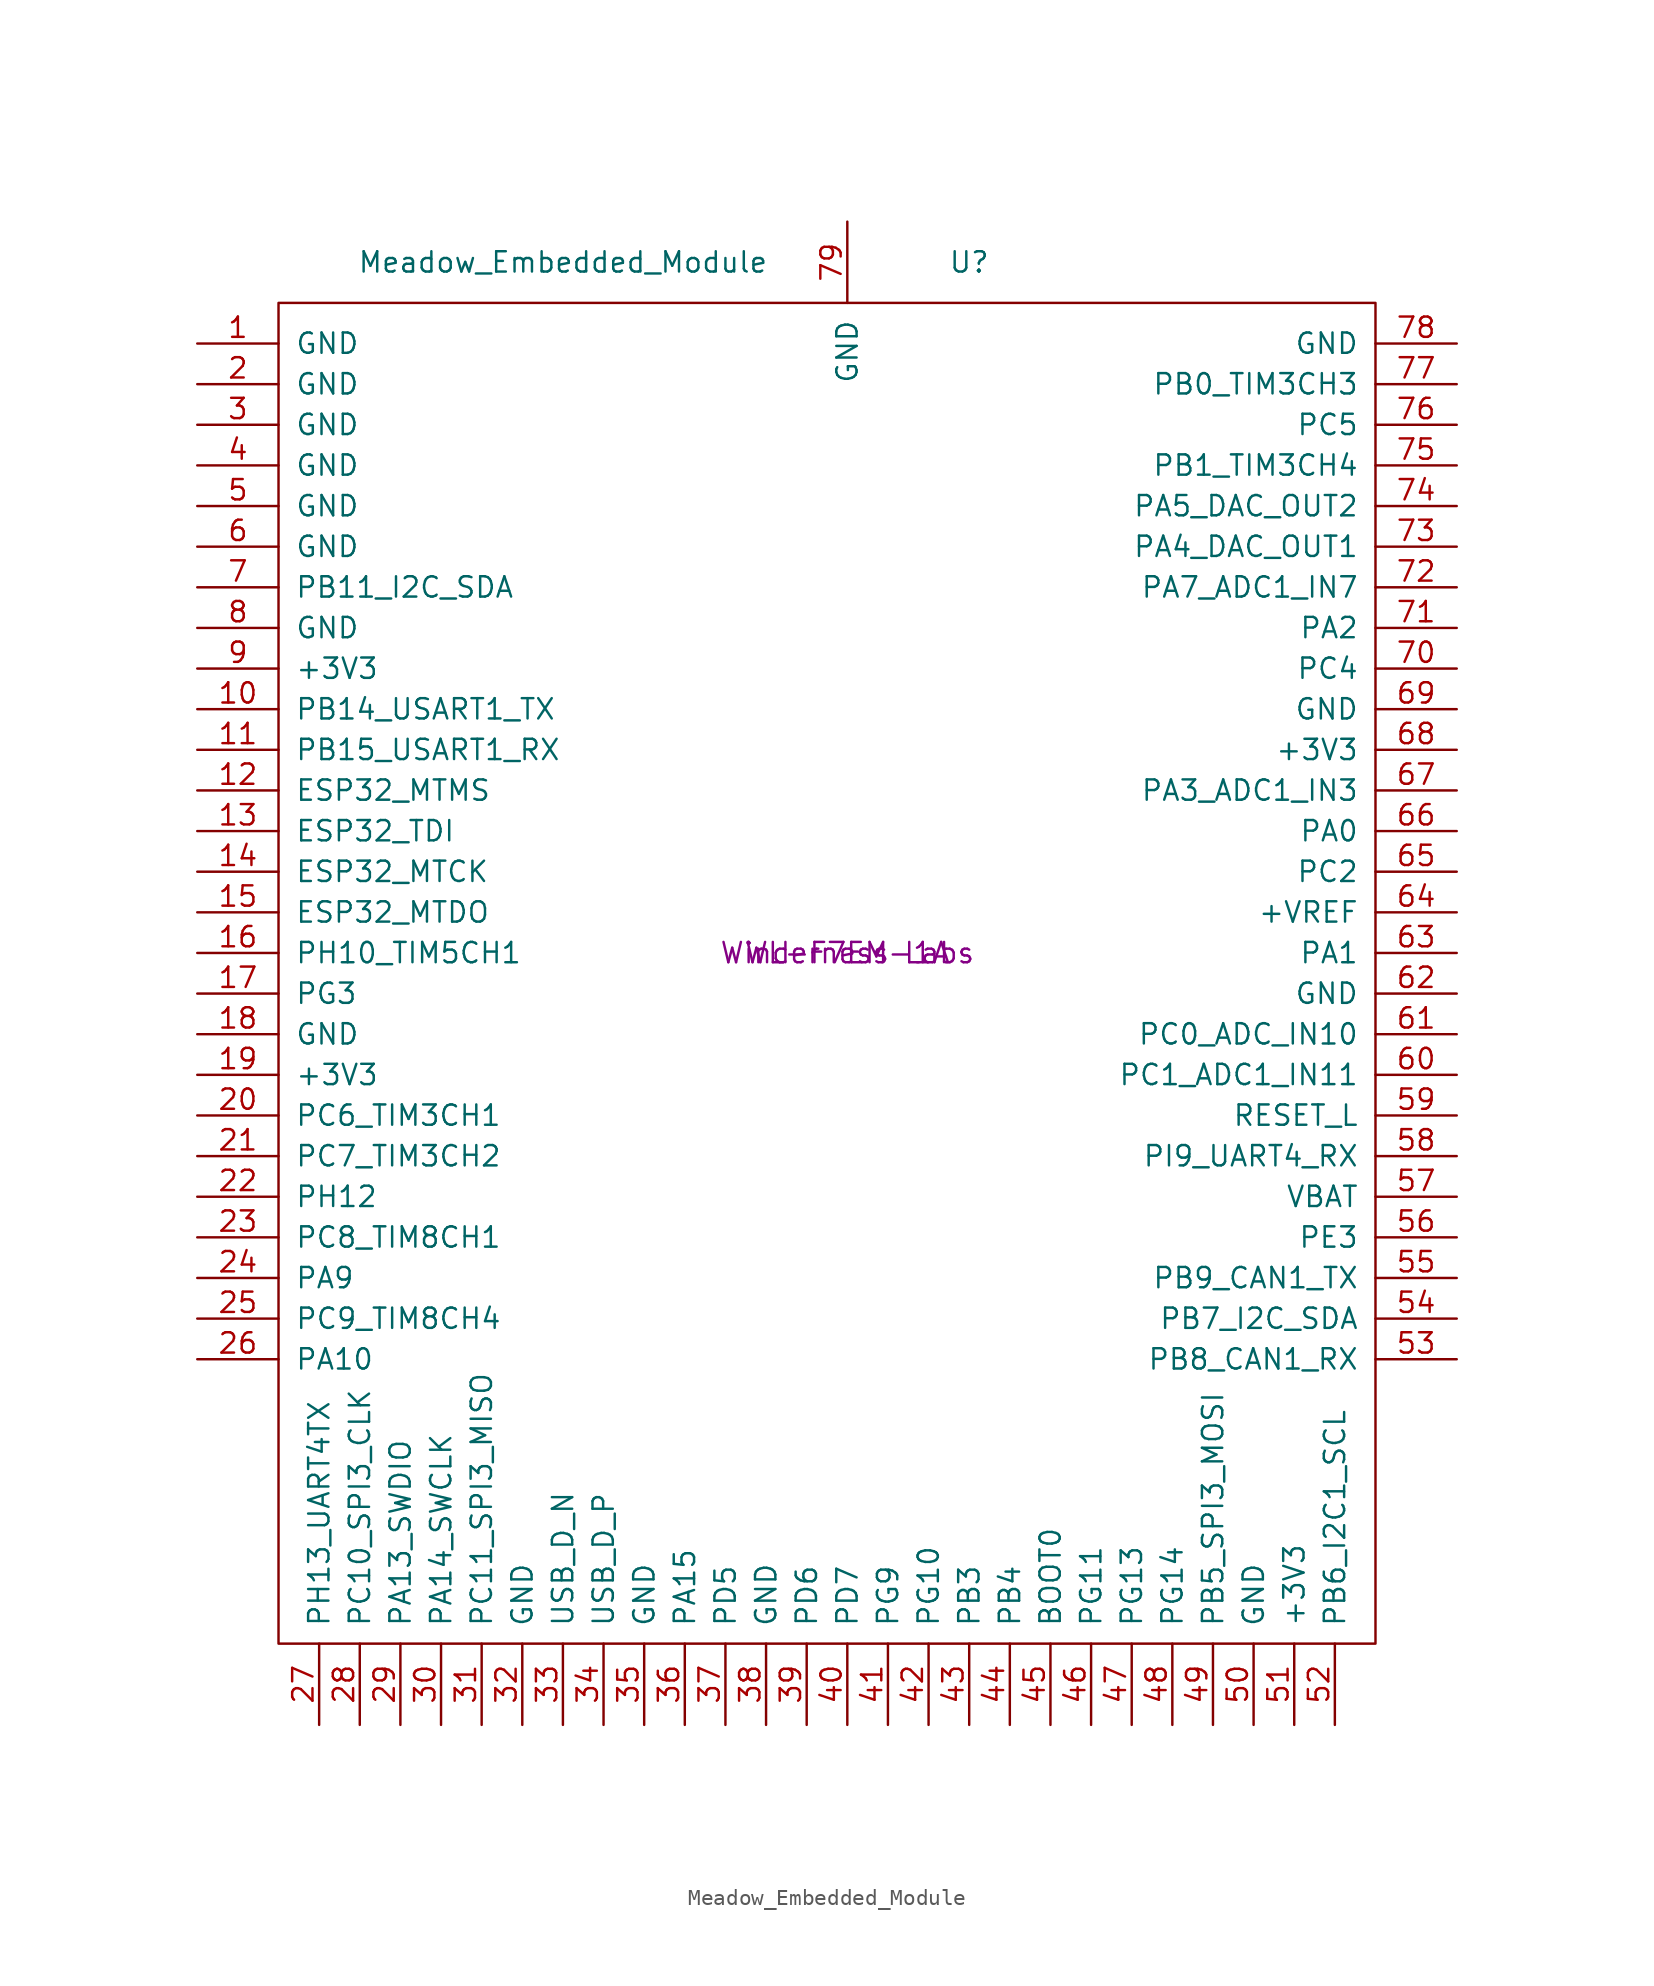
<source format=kicad_sym>
(kicad_symbol_lib
  (version 20211014)
  (generator kicad_symbol_editor)
  (symbol "Meadow_Embedded_Module"
    (pin_names
      (offset 1.016))
    (property "Reference" "U"
      (at 7.62 43.18 0)
      (effects (font (size 1.27 1.27))))
    (property "Value" "Meadow_Embedded_Module"
      (at -17.78 43.18 0)
      (effects (font (size 1.27 1.27))))
    (property "MF" "Winderness Labs"
      (at 0 0 0)
      (effects (font (size 1.27 1.27))))
    (property "PN" "WL-F7EM-1A"
      (at 0 0 0)
      (effects (font (size 1.27 1.27))))
    (symbol "Meadow_Embedded_Module_0_1"
      (rectangle (start -35.56 40.64) (end 33.02 -43.18) (stroke (width 0) (type default) (color 0 0 0 0)) (fill (type none))))
    (symbol "Meadow_Embedded_Module_1_1"
      (pin power_in line (at -40.64 38.1 0) (length 5.08) (name "GND" (effects (font (size 1.27 1.27)))) (number "1" (effects (font (size 1.27 1.27)))))
      (pin bidirectional line (at -40.64 15.24 0) (length 5.08) (name "PB14_USART1_TX" (effects (font (size 1.27 1.27)))) (number "10" (effects (font (size 1.27 1.27)))))
      (pin bidirectional line (at -40.64 12.7 0) (length 5.08) (name "PB15_USART1_RX" (effects (font (size 1.27 1.27)))) (number "11" (effects (font (size 1.27 1.27)))))
      (pin input line (at -40.64 10.16 0) (length 5.08) (name "ESP32_MTMS" (effects (font (size 1.27 1.27)))) (number "12" (effects (font (size 1.27 1.27)))))
      (pin input line (at -40.64 7.62 0) (length 5.08) (name "ESP32_TDI" (effects (font (size 1.27 1.27)))) (number "13" (effects (font (size 1.27 1.27)))))
      (pin input line (at -40.64 5.08 0) (length 5.08) (name "ESP32_MTCK" (effects (font (size 1.27 1.27)))) (number "14" (effects (font (size 1.27 1.27)))))
      (pin output line (at -40.64 2.54 0) (length 5.08) (name "ESP32_MTDO" (effects (font (size 1.27 1.27)))) (number "15" (effects (font (size 1.27 1.27)))))
      (pin bidirectional line (at -40.64 0 0) (length 5.08) (name "PH10_TIM5CH1" (effects (font (size 1.27 1.27)))) (number "16" (effects (font (size 1.27 1.27)))))
      (pin bidirectional line (at -40.64 -2.54 0) (length 5.08) (name "PG3" (effects (font (size 1.27 1.27)))) (number "17" (effects (font (size 1.27 1.27)))))
      (pin power_in line (at -40.64 -5.08 0) (length 5.08) (name "GND" (effects (font (size 1.27 1.27)))) (number "18" (effects (font (size 1.27 1.27)))))
      (pin power_in line (at -40.64 -7.62 0) (length 5.08) (name "+3V3" (effects (font (size 1.27 1.27)))) (number "19" (effects (font (size 1.27 1.27)))))
      (pin power_in line (at -40.64 35.56 0) (length 5.08) (name "GND" (effects (font (size 1.27 1.27)))) (number "2" (effects (font (size 1.27 1.27)))))
      (pin bidirectional line (at -40.64 -10.16 0) (length 5.08) (name "PC6_TIM3CH1" (effects (font (size 1.27 1.27)))) (number "20" (effects (font (size 1.27 1.27)))))
      (pin bidirectional line (at -40.64 -12.7 0) (length 5.08) (name "PC7_TIM3CH2" (effects (font (size 1.27 1.27)))) (number "21" (effects (font (size 1.27 1.27)))))
      (pin bidirectional line (at -40.64 -15.24 0) (length 5.08) (name "PH12" (effects (font (size 1.27 1.27)))) (number "22" (effects (font (size 1.27 1.27)))))
      (pin bidirectional line (at -40.64 -17.78 0) (length 5.08) (name "PC8_TIM8CH1" (effects (font (size 1.27 1.27)))) (number "23" (effects (font (size 1.27 1.27)))))
      (pin bidirectional line (at -40.64 -20.32 0) (length 5.08) (name "PA9" (effects (font (size 1.27 1.27)))) (number "24" (effects (font (size 1.27 1.27)))))
      (pin bidirectional line (at -40.64 -22.86 0) (length 5.08) (name "PC9_TIM8CH4" (effects (font (size 1.27 1.27)))) (number "25" (effects (font (size 1.27 1.27)))))
      (pin bidirectional line (at -40.64 -25.4 0) (length 5.08) (name "PA10" (effects (font (size 1.27 1.27)))) (number "26" (effects (font (size 1.27 1.27)))))
      (pin bidirectional line (at -33.02 -48.26 90) (length 5.08) (name "PH13_UART4TX" (effects (font (size 1.27 1.27)))) (number "27" (effects (font (size 1.27 1.27)))))
      (pin bidirectional line (at -30.48 -48.26 90) (length 5.08) (name "PC10_SPI3_CLK" (effects (font (size 1.27 1.27)))) (number "28" (effects (font (size 1.27 1.27)))))
      (pin bidirectional line (at -27.94 -48.26 90) (length 5.08) (name "PA13_SWDIO" (effects (font (size 1.27 1.27)))) (number "29" (effects (font (size 1.27 1.27)))))
      (pin input line (at -40.64 33.02 0) (length 5.08) (name "GND" (effects (font (size 1.27 1.27)))) (number "3" (effects (font (size 1.27 1.27)))))
      (pin bidirectional line (at -25.4 -48.26 90) (length 5.08) (name "PA14_SWCLK" (effects (font (size 1.27 1.27)))) (number "30" (effects (font (size 1.27 1.27)))))
      (pin bidirectional line (at -22.86 -48.26 90) (length 5.08) (name "PC11_SPI3_MISO" (effects (font (size 1.27 1.27)))) (number "31" (effects (font (size 1.27 1.27)))))
      (pin power_in line (at -20.32 -48.26 90) (length 5.08) (name "GND" (effects (font (size 1.27 1.27)))) (number "32" (effects (font (size 1.27 1.27)))))
      (pin bidirectional line (at -17.78 -48.26 90) (length 5.08) (name "USB_D_N" (effects (font (size 1.27 1.27)))) (number "33" (effects (font (size 1.27 1.27)))))
      (pin bidirectional line (at -15.24 -48.26 90) (length 5.08) (name "USB_D_P" (effects (font (size 1.27 1.27)))) (number "34" (effects (font (size 1.27 1.27)))))
      (pin power_in line (at -12.7 -48.26 90) (length 5.08) (name "GND" (effects (font (size 1.27 1.27)))) (number "35" (effects (font (size 1.27 1.27)))))
      (pin bidirectional line (at -10.16 -48.26 90) (length 5.08) (name "PA15" (effects (font (size 1.27 1.27)))) (number "36" (effects (font (size 1.27 1.27)))))
      (pin bidirectional line (at -7.62 -48.26 90) (length 5.08) (name "PD5" (effects (font (size 1.27 1.27)))) (number "37" (effects (font (size 1.27 1.27)))))
      (pin bidirectional line (at -5.08 -48.26 90) (length 5.08) (name "GND" (effects (font (size 1.27 1.27)))) (number "38" (effects (font (size 1.27 1.27)))))
      (pin bidirectional line (at -2.54 -48.26 90) (length 5.08) (name "PD6" (effects (font (size 1.27 1.27)))) (number "39" (effects (font (size 1.27 1.27)))))
      (pin input line (at -40.64 30.48 0) (length 5.08) (name "GND" (effects (font (size 1.27 1.27)))) (number "4" (effects (font (size 1.27 1.27)))))
      (pin bidirectional line (at 0 -48.26 90) (length 5.08) (name "PD7" (effects (font (size 1.27 1.27)))) (number "40" (effects (font (size 1.27 1.27)))))
      (pin bidirectional line (at 2.54 -48.26 90) (length 5.08) (name "PG9" (effects (font (size 1.27 1.27)))) (number "41" (effects (font (size 1.27 1.27)))))
      (pin bidirectional line (at 5.08 -48.26 90) (length 5.08) (name "PG10" (effects (font (size 1.27 1.27)))) (number "42" (effects (font (size 1.27 1.27)))))
      (pin bidirectional line (at 7.62 -48.26 90) (length 5.08) (name "PB3" (effects (font (size 1.27 1.27)))) (number "43" (effects (font (size 1.27 1.27)))))
      (pin bidirectional line (at 10.16 -48.26 90) (length 5.08) (name "PB4" (effects (font (size 1.27 1.27)))) (number "44" (effects (font (size 1.27 1.27)))))
      (pin bidirectional line (at 12.7 -48.26 90) (length 5.08) (name "BOOT0" (effects (font (size 1.27 1.27)))) (number "45" (effects (font (size 1.27 1.27)))))
      (pin bidirectional line (at 15.24 -48.26 90) (length 5.08) (name "PG11" (effects (font (size 1.27 1.27)))) (number "46" (effects (font (size 1.27 1.27)))))
      (pin bidirectional line (at 17.78 -48.26 90) (length 5.08) (name "PG13" (effects (font (size 1.27 1.27)))) (number "47" (effects (font (size 1.27 1.27)))))
      (pin bidirectional line (at 20.32 -48.26 90) (length 5.08) (name "PG14" (effects (font (size 1.27 1.27)))) (number "48" (effects (font (size 1.27 1.27)))))
      (pin bidirectional line (at 22.86 -48.26 90) (length 5.08) (name "PB5_SPI3_MOSI" (effects (font (size 1.27 1.27)))) (number "49" (effects (font (size 1.27 1.27)))))
      (pin input line (at -40.64 27.94 0) (length 5.08) (name "GND" (effects (font (size 1.27 1.27)))) (number "5" (effects (font (size 1.27 1.27)))))
      (pin power_in line (at 25.4 -48.26 90) (length 5.08) (name "GND" (effects (font (size 1.27 1.27)))) (number "50" (effects (font (size 1.27 1.27)))))
      (pin power_in line (at 27.94 -48.26 90) (length 5.08) (name "+3V3" (effects (font (size 1.27 1.27)))) (number "51" (effects (font (size 1.27 1.27)))))
      (pin bidirectional line (at 30.48 -48.26 90) (length 5.08) (name "PB6_I2C1_SCL" (effects (font (size 1.27 1.27)))) (number "52" (effects (font (size 1.27 1.27)))))
      (pin bidirectional line (at 38.1 -25.4 180) (length 5.08) (name "PB8_CAN1_RX" (effects (font (size 1.27 1.27)))) (number "53" (effects (font (size 1.27 1.27)))))
      (pin bidirectional line (at 38.1 -22.86 180) (length 5.08) (name "PB7_I2C_SDA" (effects (font (size 1.27 1.27)))) (number "54" (effects (font (size 1.27 1.27)))))
      (pin bidirectional line (at 38.1 -20.32 180) (length 5.08) (name "PB9_CAN1_TX" (effects (font (size 1.27 1.27)))) (number "55" (effects (font (size 1.27 1.27)))))
      (pin bidirectional line (at 38.1 -17.78 180) (length 5.08) (name "PE3" (effects (font (size 1.27 1.27)))) (number "56" (effects (font (size 1.27 1.27)))))
      (pin power_in line (at 38.1 -15.24 180) (length 5.08) (name "VBAT" (effects (font (size 1.27 1.27)))) (number "57" (effects (font (size 1.27 1.27)))))
      (pin bidirectional line (at 38.1 -12.7 180) (length 5.08) (name "PI9_UART4_RX" (effects (font (size 1.27 1.27)))) (number "58" (effects (font (size 1.27 1.27)))))
      (pin input line (at 38.1 -10.16 180) (length 5.08) (name "RESET_L" (effects (font (size 1.27 1.27)))) (number "59" (effects (font (size 1.27 1.27)))))
      (pin power_in line (at -40.64 25.4 0) (length 5.08) (name "GND" (effects (font (size 1.27 1.27)))) (number "6" (effects (font (size 1.27 1.27)))))
      (pin bidirectional line (at 38.1 -7.62 180) (length 5.08) (name "PC1_ADC1_IN11" (effects (font (size 1.27 1.27)))) (number "60" (effects (font (size 1.27 1.27)))))
      (pin bidirectional line (at 38.1 -5.08 180) (length 5.08) (name "PC0_ADC_IN10" (effects (font (size 1.27 1.27)))) (number "61" (effects (font (size 1.27 1.27)))))
      (pin bidirectional line (at 38.1 -2.54 180) (length 5.08) (name "GND" (effects (font (size 1.27 1.27)))) (number "62" (effects (font (size 1.27 1.27)))))
      (pin bidirectional line (at 38.1 0 180) (length 5.08) (name "PA1" (effects (font (size 1.27 1.27)))) (number "63" (effects (font (size 1.27 1.27)))))
      (pin power_in line (at 38.1 2.54 180) (length 5.08) (name "+VREF" (effects (font (size 1.27 1.27)))) (number "64" (effects (font (size 1.27 1.27)))))
      (pin bidirectional line (at 38.1 5.08 180) (length 5.08) (name "PC2" (effects (font (size 1.27 1.27)))) (number "65" (effects (font (size 1.27 1.27)))))
      (pin bidirectional line (at 38.1 7.62 180) (length 5.08) (name "PA0" (effects (font (size 1.27 1.27)))) (number "66" (effects (font (size 1.27 1.27)))))
      (pin bidirectional line (at 38.1 10.16 180) (length 5.08) (name "PA3_ADC1_IN3" (effects (font (size 1.27 1.27)))) (number "67" (effects (font (size 1.27 1.27)))))
      (pin power_in line (at 38.1 12.7 180) (length 5.08) (name "+3V3" (effects (font (size 1.27 1.27)))) (number "68" (effects (font (size 1.27 1.27)))))
      (pin power_in line (at 38.1 15.24 180) (length 5.08) (name "GND" (effects (font (size 1.27 1.27)))) (number "69" (effects (font (size 1.27 1.27)))))
      (pin bidirectional line (at -40.64 22.86 0) (length 5.08) (name "PB11_I2C_SDA" (effects (font (size 1.27 1.27)))) (number "7" (effects (font (size 1.27 1.27)))))
      (pin bidirectional line (at 38.1 17.78 180) (length 5.08) (name "PC4" (effects (font (size 1.27 1.27)))) (number "70" (effects (font (size 1.27 1.27)))))
      (pin bidirectional line (at 38.1 20.32 180) (length 5.08) (name "PA2" (effects (font (size 1.27 1.27)))) (number "71" (effects (font (size 1.27 1.27)))))
      (pin bidirectional line (at 38.1 22.86 180) (length 5.08) (name "PA7_ADC1_IN7" (effects (font (size 1.27 1.27)))) (number "72" (effects (font (size 1.27 1.27)))))
      (pin bidirectional line (at 38.1 25.4 180) (length 5.08) (name "PA4_DAC_OUT1" (effects (font (size 1.27 1.27)))) (number "73" (effects (font (size 1.27 1.27)))))
      (pin bidirectional line (at 38.1 27.94 180) (length 5.08) (name "PA5_DAC_OUT2" (effects (font (size 1.27 1.27)))) (number "74" (effects (font (size 1.27 1.27)))))
      (pin bidirectional line (at 38.1 30.48 180) (length 5.08) (name "PB1_TIM3CH4" (effects (font (size 1.27 1.27)))) (number "75" (effects (font (size 1.27 1.27)))))
      (pin bidirectional line (at 38.1 33.02 180) (length 5.08) (name "PC5" (effects (font (size 1.27 1.27)))) (number "76" (effects (font (size 1.27 1.27)))))
      (pin bidirectional line (at 38.1 35.56 180) (length 5.08) (name "PB0_TIM3CH3" (effects (font (size 1.27 1.27)))) (number "77" (effects (font (size 1.27 1.27)))))
      (pin power_in line (at 38.1 38.1 180) (length 5.08) (name "GND" (effects (font (size 1.27 1.27)))) (number "78" (effects (font (size 1.27 1.27)))))
      (pin power_in line (at 0 45.72 270) (length 5.08) (name "GND" (effects (font (size 1.27 1.27)))) (number "79" (effects (font (size 1.27 1.27)))))
      (pin power_in line (at -40.64 20.32 0) (length 5.08) (name "GND" (effects (font (size 1.27 1.27)))) (number "8" (effects (font (size 1.27 1.27)))))
      (pin power_in line (at -40.64 17.78 0) (length 5.08) (name "+3V3" (effects (font (size 1.27 1.27)))) (number "9" (effects (font (size 1.27 1.27))))))))
</source>
